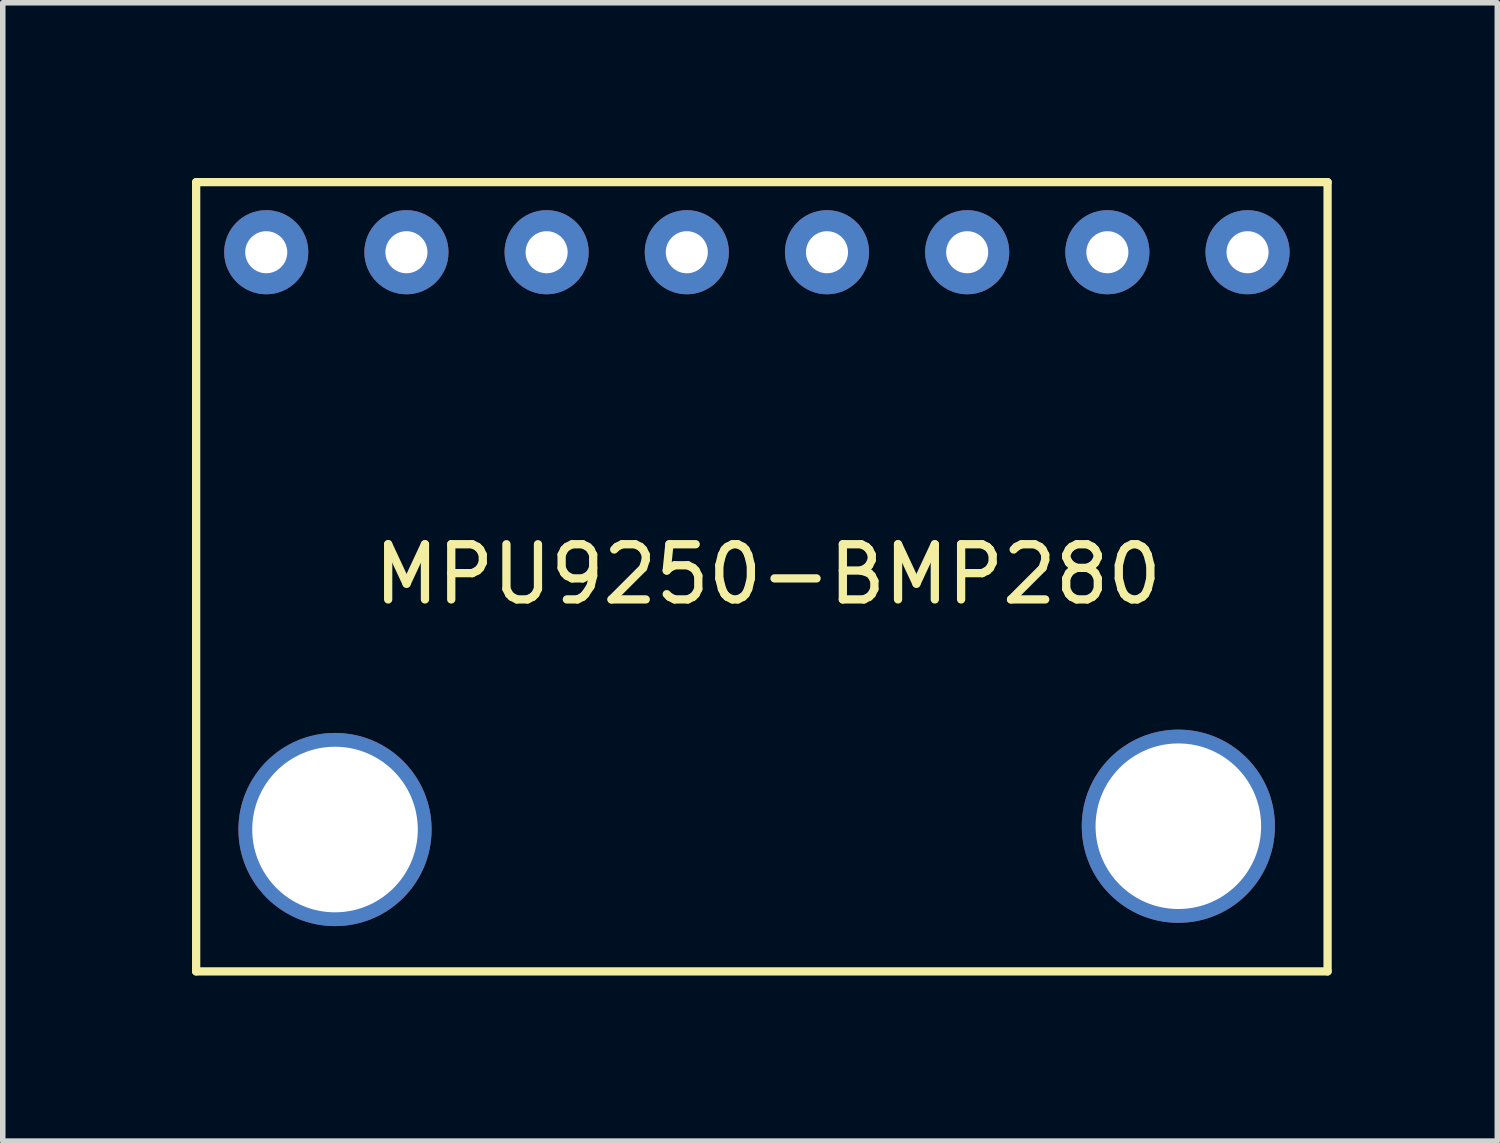
<source format=kicad_pcb>
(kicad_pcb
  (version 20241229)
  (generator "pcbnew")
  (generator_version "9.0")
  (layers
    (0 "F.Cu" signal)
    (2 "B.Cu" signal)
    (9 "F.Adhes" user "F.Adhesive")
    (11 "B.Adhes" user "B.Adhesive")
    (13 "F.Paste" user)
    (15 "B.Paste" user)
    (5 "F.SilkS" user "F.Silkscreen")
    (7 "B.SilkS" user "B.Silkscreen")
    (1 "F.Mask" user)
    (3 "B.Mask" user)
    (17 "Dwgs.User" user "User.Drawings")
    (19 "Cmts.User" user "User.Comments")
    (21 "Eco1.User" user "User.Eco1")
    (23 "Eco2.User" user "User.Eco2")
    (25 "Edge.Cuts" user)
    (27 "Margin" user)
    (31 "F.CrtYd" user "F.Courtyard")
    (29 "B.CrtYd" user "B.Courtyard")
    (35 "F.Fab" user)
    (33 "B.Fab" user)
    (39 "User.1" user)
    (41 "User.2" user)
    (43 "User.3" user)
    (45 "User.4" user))
  (footprint "MPU9250-BMP280"
    (layer "F.Cu")
    (at 0.25 0.25)
    (property "Reference" "MPU9250-BMP280" (at 10.614 7.106 0) (layer "F.SilkS") (effects (font (size 1 1) (thickness 0.15))))
    (attr through_hole)
    (fp_line (start 0.254 0) (end 0.254 14.3) (stroke (width 0.15) (type solid)) (layer "F.SilkS"))
    (fp_line (start 0.254 0) (end 20.754 0) (stroke (width 0.15) (type solid)) (layer "F.SilkS"))
    (fp_line (start 0.254 14.3) (end 20.754 14.3) (stroke (width 0.15) (type solid)) (layer "F.SilkS"))
    (fp_line (start 20.754 0) (end 20.754 14.3) (stroke (width 0.15) (type solid)) (layer "F.SilkS"))
    (pad "" thru_hole circle (at 2.77 11.73) (size 3.5 3.5) (drill 3) (layers "*.Cu" "*.Mask"))
    (pad "" thru_hole circle (at 18.05 11.67) (size 3.5 3.5) (drill 3) (layers "*.Cu" "*.Mask"))
    (pad "1" thru_hole circle (at 1.524 1.27) (size 1.524 1.524) (drill 0.762) (layers "*.Cu" "*.Mask"))
    (pad "2" thru_hole circle (at 4.064 1.27) (size 1.524 1.524) (drill 0.762) (layers "*.Cu" "*.Mask"))
    (pad "3" thru_hole circle (at 6.604 1.27) (size 1.524 1.524) (drill 0.762) (layers "*.Cu" "*.Mask"))
    (pad "4" thru_hole circle (at 9.144 1.27) (size 1.524 1.524) (drill 0.762) (layers "*.Cu" "*.Mask"))
    (pad "5" thru_hole circle (at 11.684 1.27) (size 1.524 1.524) (drill 0.762) (layers "*.Cu" "*.Mask"))
    (pad "6" thru_hole circle (at 14.224 1.27) (size 1.524 1.524) (drill 0.762) (layers "*.Cu" "*.Mask"))
    (pad "7" thru_hole circle (at 16.764 1.27) (size 1.524 1.524) (drill 0.762) (layers "*.Cu" "*.Mask"))
    (pad "8" thru_hole circle (at 19.304 1.27) (size 1.524 1.524) (drill 0.762) (layers "*.Cu" "*.Mask")))
  (gr_rect
    (start -3 -3)
    (end 24.079 17.625)
    (stroke (width 0.1) (type default))
    (fill no)
    (layer "Edge.Cuts")))
</source>
